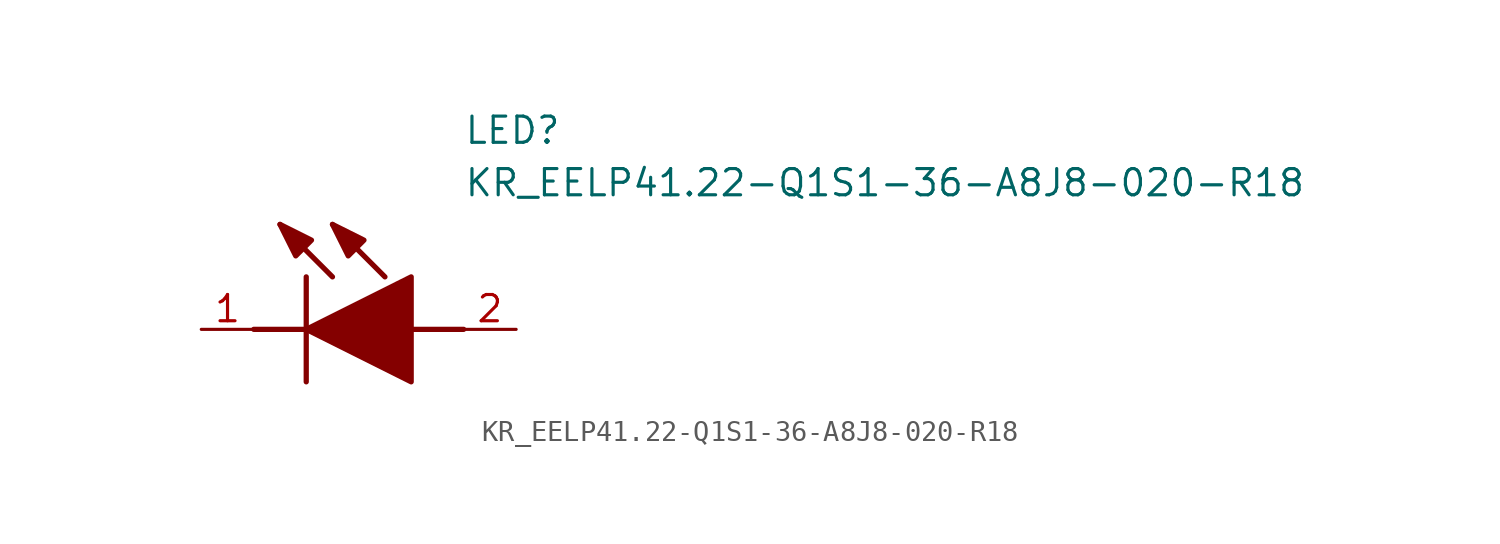
<source format=kicad_sym>
(kicad_symbol_lib
  (version 20211014)
  (generator SamacSys_ECAD_Model)
  (symbol "KR_EELP41.22-Q1S1-36-A8J8-020-R18"
    (pin_names hide)
    (property "Reference" "LED"
      (at 12.7 8.89 0)
      (effects (font (size 1.27 1.27)) (justify left bottom)))
    (property "Value" "KR_EELP41.22-Q1S1-36-A8J8-020-R18"
      (at 12.7 6.35 0)
      (effects (font (size 1.27 1.27)) (justify left bottom)))
    (polyline
      (pts (xy 5.08 2.54) (xy 5.08 -2.54))
      (stroke (width 0.254) (type default))
      (fill (type none)))
    (polyline
      (pts (xy 6.35 2.54) (xy 3.81 5.08))
      (stroke (width 0.254) (type default))
      (fill (type none)))
    (polyline
      (pts (xy 8.89 2.54) (xy 6.35 5.08))
      (stroke (width 0.254) (type default))
      (fill (type none)))
    (polyline
      (pts (xy 2.54 0) (xy 5.08 0))
      (stroke (width 0.254) (type default))
      (fill (type none)))
    (polyline
      (pts (xy 10.16 0) (xy 12.7 0))
      (stroke (width 0.254) (type default))
      (fill (type none)))
    (polyline
      (pts (xy 5.08 0) (xy 10.16 2.54) (xy 10.16 -2.54) (xy 5.08 0))
      (stroke (width 0.254) (type default))
      (fill (type outline)))
    (polyline
      (pts (xy 5.334 4.318) (xy 4.572 3.556) (xy 3.81 5.08) (xy 5.334 4.318))
      (stroke (width 0.254) (type default))
      (fill (type outline)))
    (polyline
      (pts (xy 7.874 4.318) (xy 7.112 3.556) (xy 6.35 5.08) (xy 7.874 4.318))
      (stroke (width 0.254) (type default))
      (fill (type outline)))
    (pin passive line
      (at 0 0 0)
      (length 2.54)
      (name "K" (effects (font (size 1.27 1.27))))
      (number "1" (effects (font (size 1.27 1.27)))))
    (pin passive line
      (at 15.24 0 180)
      (length 2.54)
      (name "A" (effects (font (size 1.27 1.27))))
      (number "2" (effects (font (size 1.27 1.27)))))))
</source>
